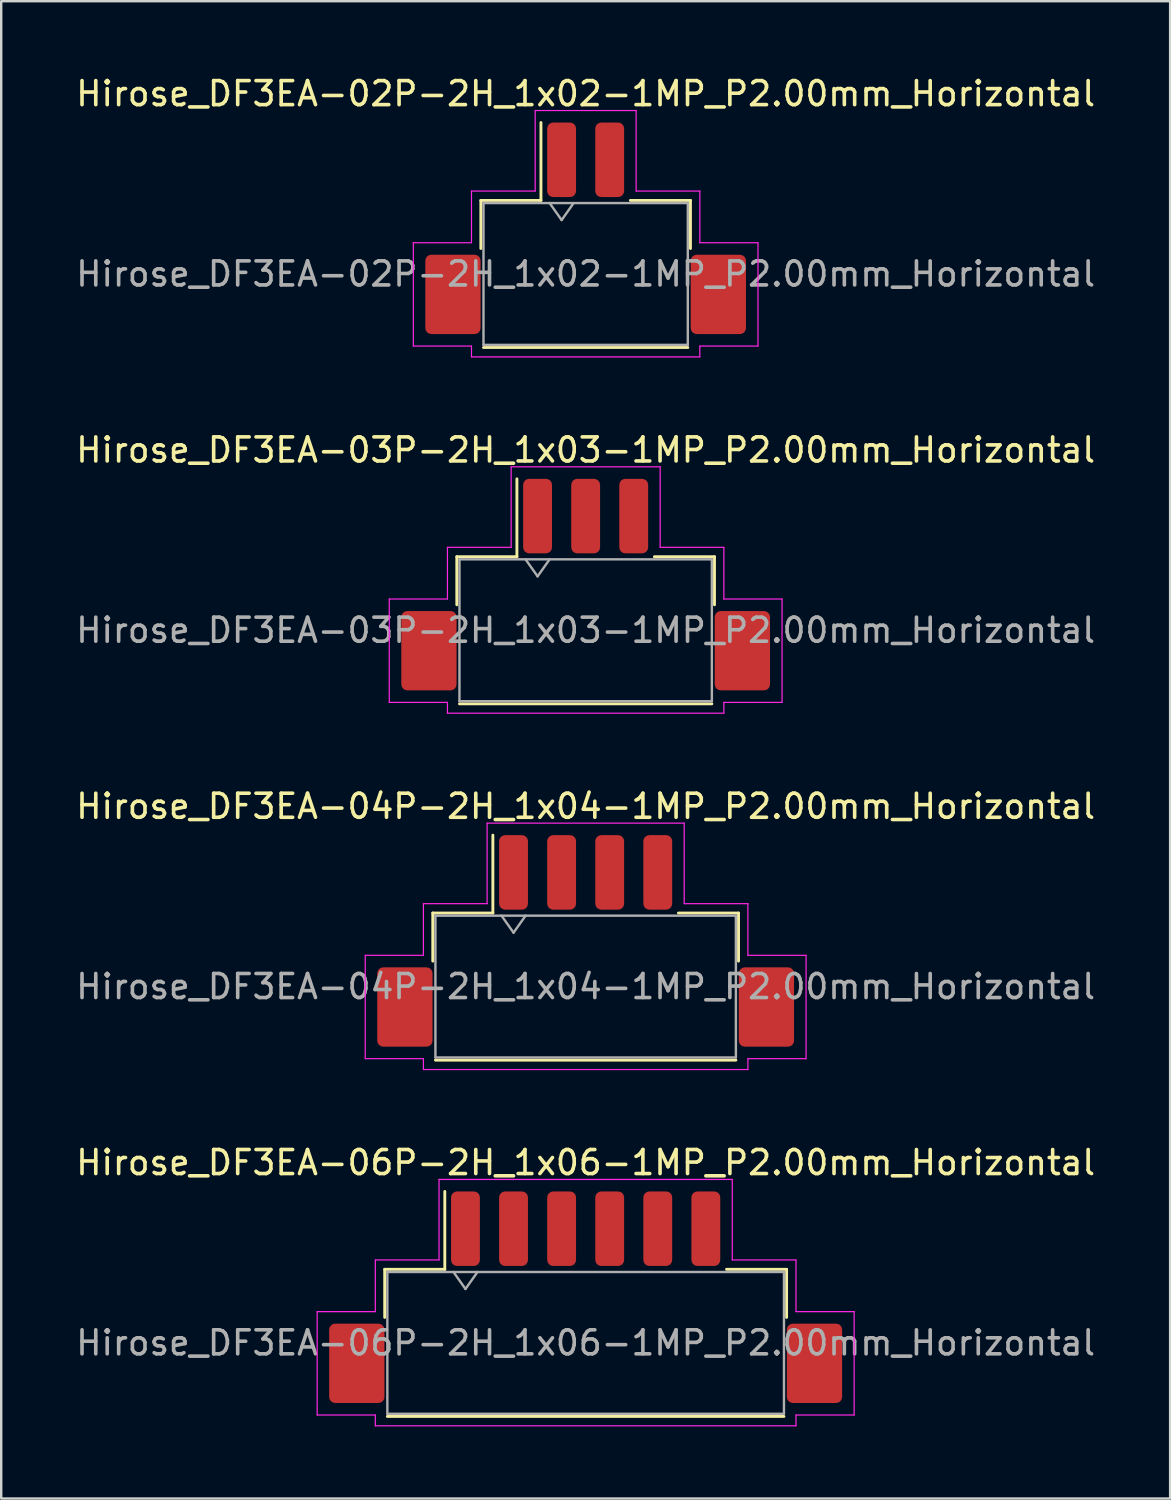
<source format=kicad_pcb>
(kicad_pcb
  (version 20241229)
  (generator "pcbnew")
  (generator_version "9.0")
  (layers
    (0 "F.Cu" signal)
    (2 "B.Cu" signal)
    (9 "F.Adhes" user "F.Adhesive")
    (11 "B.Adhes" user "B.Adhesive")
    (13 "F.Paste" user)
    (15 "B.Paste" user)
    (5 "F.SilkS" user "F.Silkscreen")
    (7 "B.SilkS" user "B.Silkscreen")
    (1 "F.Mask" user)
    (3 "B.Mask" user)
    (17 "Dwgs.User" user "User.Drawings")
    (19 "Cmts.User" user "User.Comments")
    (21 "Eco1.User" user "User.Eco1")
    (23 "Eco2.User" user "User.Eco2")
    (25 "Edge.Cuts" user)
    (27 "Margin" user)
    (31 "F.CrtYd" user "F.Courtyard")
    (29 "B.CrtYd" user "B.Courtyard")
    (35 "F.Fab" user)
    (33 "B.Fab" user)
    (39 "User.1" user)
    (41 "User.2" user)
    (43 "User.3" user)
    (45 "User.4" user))
  (footprint "Hirose_DF3EA-03P-2H_1x03-1MP_P2.00mm_Horizontal"
    (layer "F.Cu")
    (at 21.315 21.271)
    (property "Reference" "Hirose_DF3EA-03P-2H_1x03-1MP_P2.00mm_Horizontal" (at 0 -5.6 0) (layer "F.SilkS") (effects (font (size 1 1) (thickness 0.15))))
    (attr smd)
    (fp_line (start -5.36 -1.16) (end -2.86 -1.16) (stroke (width 0.12) (type solid)) (layer "F.SilkS"))
    (fp_line (start -5.36 0.84) (end -5.36 -1.16) (stroke (width 0.12) (type solid)) (layer "F.SilkS"))
    (fp_line (start -5.25 4.96) (end 5.25 4.96) (stroke (width 0.12) (type solid)) (layer "F.SilkS"))
    (fp_line (start -2.86 -1.16) (end -2.86 -4.4) (stroke (width 0.12) (type solid)) (layer "F.SilkS"))
    (fp_line (start 5.36 -1.16) (end 2.86 -1.16) (stroke (width 0.12) (type solid)) (layer "F.SilkS"))
    (fp_line (start 5.36 0.84) (end 5.36 -1.16) (stroke (width 0.12) (type solid)) (layer "F.SilkS"))
    (fp_line (start -8.17 0.6) (end -5.75 0.6) (stroke (width 0.05) (type solid)) (layer "F.CrtYd"))
    (fp_line (start -8.17 4.9) (end -8.17 0.6) (stroke (width 0.05) (type solid)) (layer "F.CrtYd"))
    (fp_line (start -5.75 -1.55) (end -3.1 -1.55) (stroke (width 0.05) (type solid)) (layer "F.CrtYd"))
    (fp_line (start -5.75 0.6) (end -5.75 -1.55) (stroke (width 0.05) (type solid)) (layer "F.CrtYd"))
    (fp_line (start -5.75 4.9) (end -8.17 4.9) (stroke (width 0.05) (type solid)) (layer "F.CrtYd"))
    (fp_line (start -5.75 5.35) (end -5.75 4.9) (stroke (width 0.05) (type solid)) (layer "F.CrtYd"))
    (fp_line (start -3.1 -4.9) (end 3.1 -4.9) (stroke (width 0.05) (type solid)) (layer "F.CrtYd"))
    (fp_line (start -3.1 -1.55) (end -3.1 -4.9) (stroke (width 0.05) (type solid)) (layer "F.CrtYd"))
    (fp_line (start 3.1 -4.9) (end 3.1 -1.55) (stroke (width 0.05) (type solid)) (layer "F.CrtYd"))
    (fp_line (start 3.1 -1.55) (end 5.75 -1.55) (stroke (width 0.05) (type solid)) (layer "F.CrtYd"))
    (fp_line (start 5.75 -1.55) (end 5.75 0.6) (stroke (width 0.05) (type solid)) (layer "F.CrtYd"))
    (fp_line (start 5.75 0.6) (end 8.17 0.6) (stroke (width 0.05) (type solid)) (layer "F.CrtYd"))
    (fp_line (start 5.75 4.9) (end 5.75 5.35) (stroke (width 0.05) (type solid)) (layer "F.CrtYd"))
    (fp_line (start 5.75 5.35) (end -5.75 5.35) (stroke (width 0.05) (type solid)) (layer "F.CrtYd"))
    (fp_line (start 8.17 0.6) (end 8.17 4.9) (stroke (width 0.05) (type solid)) (layer "F.CrtYd"))
    (fp_line (start 8.17 4.9) (end 5.75 4.9) (stroke (width 0.05) (type solid)) (layer "F.CrtYd"))
    (fp_line (start -5.25 -1.05) (end -5.25 4.85) (stroke (width 0.1) (type solid)) (layer "F.Fab"))
    (fp_line (start -5.25 -1.05) (end 5.25 -1.05) (stroke (width 0.1) (type solid)) (layer "F.Fab"))
    (fp_line (start -5.25 4.85) (end 5.25 4.85) (stroke (width 0.1) (type solid)) (layer "F.Fab"))
    (fp_line (start -2.5 -1.05) (end -2 -0.343) (stroke (width 0.1) (type solid)) (layer "F.Fab"))
    (fp_line (start -2 -0.343) (end -1.5 -1.05) (stroke (width 0.1) (type solid)) (layer "F.Fab"))
    (fp_line (start 5.25 -1.05) (end 5.25 4.85) (stroke (width 0.1) (type solid)) (layer "F.Fab"))
    (fp_text user "${REFERENCE}" (at 0 1.9 0) (layer "F.Fab") (effects (font (size 1 1) (thickness 0.15))))
    (pad "1" smd roundrect (at -2 -2.85) (size 1.2 3.1) (layers "F.Cu" "F.Mask" "F.Paste") (roundrect_rratio 0.208))
    (pad "2" smd roundrect (at 0 -2.85) (size 1.2 3.1) (layers "F.Cu" "F.Mask" "F.Paste") (roundrect_rratio 0.208))
    (pad "3" smd roundrect (at 2 -2.85) (size 1.2 3.1) (layers "F.Cu" "F.Mask" "F.Paste") (roundrect_rratio 0.208))
    (pad "MP" smd roundrect (at -6.52 2.75) (size 2.3 3.3) (layers "F.Cu" "F.Mask" "F.Paste") (roundrect_rratio 0.109))
    (pad "MP" smd roundrect (at 6.52 2.75) (size 2.3 3.3) (layers "F.Cu" "F.Mask" "F.Paste") (roundrect_rratio 0.109)))
  (footprint "Hirose_DF3EA-02P-2H_1x02-1MP_P2.00mm_Horizontal"
    (layer "F.Cu")
    (at 21.315 6.448)
    (property "Reference" "Hirose_DF3EA-02P-2H_1x02-1MP_P2.00mm_Horizontal" (at 0 -5.6 0) (layer "F.SilkS") (effects (font (size 1 1) (thickness 0.15))))
    (attr smd)
    (fp_line (start -4.36 -1.16) (end -1.86 -1.16) (stroke (width 0.12) (type solid)) (layer "F.SilkS"))
    (fp_line (start -4.36 0.84) (end -4.36 -1.16) (stroke (width 0.12) (type solid)) (layer "F.SilkS"))
    (fp_line (start -4.25 4.96) (end 4.25 4.96) (stroke (width 0.12) (type solid)) (layer "F.SilkS"))
    (fp_line (start -1.86 -1.16) (end -1.86 -4.4) (stroke (width 0.12) (type solid)) (layer "F.SilkS"))
    (fp_line (start 4.36 -1.16) (end 1.86 -1.16) (stroke (width 0.12) (type solid)) (layer "F.SilkS"))
    (fp_line (start 4.36 0.84) (end 4.36 -1.16) (stroke (width 0.12) (type solid)) (layer "F.SilkS"))
    (fp_line (start -7.17 0.6) (end -4.75 0.6) (stroke (width 0.05) (type solid)) (layer "F.CrtYd"))
    (fp_line (start -7.17 4.9) (end -7.17 0.6) (stroke (width 0.05) (type solid)) (layer "F.CrtYd"))
    (fp_line (start -4.75 -1.55) (end -2.1 -1.55) (stroke (width 0.05) (type solid)) (layer "F.CrtYd"))
    (fp_line (start -4.75 0.6) (end -4.75 -1.55) (stroke (width 0.05) (type solid)) (layer "F.CrtYd"))
    (fp_line (start -4.75 4.9) (end -7.17 4.9) (stroke (width 0.05) (type solid)) (layer "F.CrtYd"))
    (fp_line (start -4.75 5.35) (end -4.75 4.9) (stroke (width 0.05) (type solid)) (layer "F.CrtYd"))
    (fp_line (start -2.1 -4.9) (end 2.1 -4.9) (stroke (width 0.05) (type solid)) (layer "F.CrtYd"))
    (fp_line (start -2.1 -1.55) (end -2.1 -4.9) (stroke (width 0.05) (type solid)) (layer "F.CrtYd"))
    (fp_line (start 2.1 -4.9) (end 2.1 -1.55) (stroke (width 0.05) (type solid)) (layer "F.CrtYd"))
    (fp_line (start 2.1 -1.55) (end 4.75 -1.55) (stroke (width 0.05) (type solid)) (layer "F.CrtYd"))
    (fp_line (start 4.75 -1.55) (end 4.75 0.6) (stroke (width 0.05) (type solid)) (layer "F.CrtYd"))
    (fp_line (start 4.75 0.6) (end 7.17 0.6) (stroke (width 0.05) (type solid)) (layer "F.CrtYd"))
    (fp_line (start 4.75 4.9) (end 4.75 5.35) (stroke (width 0.05) (type solid)) (layer "F.CrtYd"))
    (fp_line (start 4.75 5.35) (end -4.75 5.35) (stroke (width 0.05) (type solid)) (layer "F.CrtYd"))
    (fp_line (start 7.17 0.6) (end 7.17 4.9) (stroke (width 0.05) (type solid)) (layer "F.CrtYd"))
    (fp_line (start 7.17 4.9) (end 4.75 4.9) (stroke (width 0.05) (type solid)) (layer "F.CrtYd"))
    (fp_line (start -4.25 -1.05) (end -4.25 4.85) (stroke (width 0.1) (type solid)) (layer "F.Fab"))
    (fp_line (start -4.25 -1.05) (end 4.25 -1.05) (stroke (width 0.1) (type solid)) (layer "F.Fab"))
    (fp_line (start -4.25 4.85) (end 4.25 4.85) (stroke (width 0.1) (type solid)) (layer "F.Fab"))
    (fp_line (start -1.5 -1.05) (end -1 -0.343) (stroke (width 0.1) (type solid)) (layer "F.Fab"))
    (fp_line (start -1 -0.343) (end -0.5 -1.05) (stroke (width 0.1) (type solid)) (layer "F.Fab"))
    (fp_line (start 4.25 -1.05) (end 4.25 4.85) (stroke (width 0.1) (type solid)) (layer "F.Fab"))
    (fp_text user "${REFERENCE}" (at 0 1.9 0) (layer "F.Fab") (effects (font (size 1 1) (thickness 0.15))))
    (pad "1" smd roundrect (at -1 -2.85) (size 1.2 3.1) (layers "F.Cu" "F.Mask" "F.Paste") (roundrect_rratio 0.208))
    (pad "2" smd roundrect (at 1 -2.85) (size 1.2 3.1) (layers "F.Cu" "F.Mask" "F.Paste") (roundrect_rratio 0.208))
    (pad "MP" smd roundrect (at -5.52 2.75) (size 2.3 3.3) (layers "F.Cu" "F.Mask" "F.Paste") (roundrect_rratio 0.109))
    (pad "MP" smd roundrect (at 5.52 2.75) (size 2.3 3.3) (layers "F.Cu" "F.Mask" "F.Paste") (roundrect_rratio 0.109)))
  (footprint "Hirose_DF3EA-04P-2H_1x04-1MP_P2.00mm_Horizontal"
    (layer "F.Cu")
    (at 21.315 36.095)
    (property "Reference" "Hirose_DF3EA-04P-2H_1x04-1MP_P2.00mm_Horizontal" (at 0 -5.6 0) (layer "F.SilkS") (effects (font (size 1 1) (thickness 0.15))))
    (attr smd)
    (fp_line (start -6.36 -1.16) (end -3.86 -1.16) (stroke (width 0.12) (type solid)) (layer "F.SilkS"))
    (fp_line (start -6.36 0.84) (end -6.36 -1.16) (stroke (width 0.12) (type solid)) (layer "F.SilkS"))
    (fp_line (start -6.25 4.96) (end 6.25 4.96) (stroke (width 0.12) (type solid)) (layer "F.SilkS"))
    (fp_line (start -3.86 -1.16) (end -3.86 -4.4) (stroke (width 0.12) (type solid)) (layer "F.SilkS"))
    (fp_line (start 6.36 -1.16) (end 3.86 -1.16) (stroke (width 0.12) (type solid)) (layer "F.SilkS"))
    (fp_line (start 6.36 0.84) (end 6.36 -1.16) (stroke (width 0.12) (type solid)) (layer "F.SilkS"))
    (fp_line (start -9.17 0.6) (end -6.75 0.6) (stroke (width 0.05) (type solid)) (layer "F.CrtYd"))
    (fp_line (start -9.17 4.9) (end -9.17 0.6) (stroke (width 0.05) (type solid)) (layer "F.CrtYd"))
    (fp_line (start -6.75 -1.55) (end -4.1 -1.55) (stroke (width 0.05) (type solid)) (layer "F.CrtYd"))
    (fp_line (start -6.75 0.6) (end -6.75 -1.55) (stroke (width 0.05) (type solid)) (layer "F.CrtYd"))
    (fp_line (start -6.75 4.9) (end -9.17 4.9) (stroke (width 0.05) (type solid)) (layer "F.CrtYd"))
    (fp_line (start -6.75 5.35) (end -6.75 4.9) (stroke (width 0.05) (type solid)) (layer "F.CrtYd"))
    (fp_line (start -4.1 -4.9) (end 4.1 -4.9) (stroke (width 0.05) (type solid)) (layer "F.CrtYd"))
    (fp_line (start -4.1 -1.55) (end -4.1 -4.9) (stroke (width 0.05) (type solid)) (layer "F.CrtYd"))
    (fp_line (start 4.1 -4.9) (end 4.1 -1.55) (stroke (width 0.05) (type solid)) (layer "F.CrtYd"))
    (fp_line (start 4.1 -1.55) (end 6.75 -1.55) (stroke (width 0.05) (type solid)) (layer "F.CrtYd"))
    (fp_line (start 6.75 -1.55) (end 6.75 0.6) (stroke (width 0.05) (type solid)) (layer "F.CrtYd"))
    (fp_line (start 6.75 0.6) (end 9.17 0.6) (stroke (width 0.05) (type solid)) (layer "F.CrtYd"))
    (fp_line (start 6.75 4.9) (end 6.75 5.35) (stroke (width 0.05) (type solid)) (layer "F.CrtYd"))
    (fp_line (start 6.75 5.35) (end -6.75 5.35) (stroke (width 0.05) (type solid)) (layer "F.CrtYd"))
    (fp_line (start 9.17 0.6) (end 9.17 4.9) (stroke (width 0.05) (type solid)) (layer "F.CrtYd"))
    (fp_line (start 9.17 4.9) (end 6.75 4.9) (stroke (width 0.05) (type solid)) (layer "F.CrtYd"))
    (fp_line (start -6.25 -1.05) (end -6.25 4.85) (stroke (width 0.1) (type solid)) (layer "F.Fab"))
    (fp_line (start -6.25 -1.05) (end 6.25 -1.05) (stroke (width 0.1) (type solid)) (layer "F.Fab"))
    (fp_line (start -6.25 4.85) (end 6.25 4.85) (stroke (width 0.1) (type solid)) (layer "F.Fab"))
    (fp_line (start -3.5 -1.05) (end -3 -0.343) (stroke (width 0.1) (type solid)) (layer "F.Fab"))
    (fp_line (start -3 -0.343) (end -2.5 -1.05) (stroke (width 0.1) (type solid)) (layer "F.Fab"))
    (fp_line (start 6.25 -1.05) (end 6.25 4.85) (stroke (width 0.1) (type solid)) (layer "F.Fab"))
    (fp_text user "${REFERENCE}" (at 0 1.9 0) (layer "F.Fab") (effects (font (size 1 1) (thickness 0.15))))
    (pad "1" smd roundrect (at -3 -2.85) (size 1.2 3.1) (layers "F.Cu" "F.Mask" "F.Paste") (roundrect_rratio 0.208))
    (pad "2" smd roundrect (at -1 -2.85) (size 1.2 3.1) (layers "F.Cu" "F.Mask" "F.Paste") (roundrect_rratio 0.208))
    (pad "3" smd roundrect (at 1 -2.85) (size 1.2 3.1) (layers "F.Cu" "F.Mask" "F.Paste") (roundrect_rratio 0.208))
    (pad "4" smd roundrect (at 3 -2.85) (size 1.2 3.1) (layers "F.Cu" "F.Mask" "F.Paste") (roundrect_rratio 0.208))
    (pad "MP" smd roundrect (at -7.52 2.75) (size 2.3 3.3) (layers "F.Cu" "F.Mask" "F.Paste") (roundrect_rratio 0.109))
    (pad "MP" smd roundrect (at 7.52 2.75) (size 2.3 3.3) (layers "F.Cu" "F.Mask" "F.Paste") (roundrect_rratio 0.109)))
  (footprint "Hirose_DF3EA-06P-2H_1x06-1MP_P2.00mm_Horizontal"
    (layer "F.Cu")
    (at 21.315 50.918)
    (property "Reference" "Hirose_DF3EA-06P-2H_1x06-1MP_P2.00mm_Horizontal" (at 0 -5.6 0) (layer "F.SilkS") (effects (font (size 1 1) (thickness 0.15))))
    (attr smd)
    (fp_line (start -8.36 -1.16) (end -5.86 -1.16) (stroke (width 0.12) (type solid)) (layer "F.SilkS"))
    (fp_line (start -8.36 0.84) (end -8.36 -1.16) (stroke (width 0.12) (type solid)) (layer "F.SilkS"))
    (fp_line (start -8.25 4.96) (end 8.25 4.96) (stroke (width 0.12) (type solid)) (layer "F.SilkS"))
    (fp_line (start -5.86 -1.16) (end -5.86 -4.4) (stroke (width 0.12) (type solid)) (layer "F.SilkS"))
    (fp_line (start 8.36 -1.16) (end 5.86 -1.16) (stroke (width 0.12) (type solid)) (layer "F.SilkS"))
    (fp_line (start 8.36 0.84) (end 8.36 -1.16) (stroke (width 0.12) (type solid)) (layer "F.SilkS"))
    (fp_line (start -11.17 0.6) (end -8.75 0.6) (stroke (width 0.05) (type solid)) (layer "F.CrtYd"))
    (fp_line (start -11.17 4.9) (end -11.17 0.6) (stroke (width 0.05) (type solid)) (layer "F.CrtYd"))
    (fp_line (start -8.75 -1.55) (end -6.1 -1.55) (stroke (width 0.05) (type solid)) (layer "F.CrtYd"))
    (fp_line (start -8.75 0.6) (end -8.75 -1.55) (stroke (width 0.05) (type solid)) (layer "F.CrtYd"))
    (fp_line (start -8.75 4.9) (end -11.17 4.9) (stroke (width 0.05) (type solid)) (layer "F.CrtYd"))
    (fp_line (start -8.75 5.35) (end -8.75 4.9) (stroke (width 0.05) (type solid)) (layer "F.CrtYd"))
    (fp_line (start -6.1 -4.9) (end 6.1 -4.9) (stroke (width 0.05) (type solid)) (layer "F.CrtYd"))
    (fp_line (start -6.1 -1.55) (end -6.1 -4.9) (stroke (width 0.05) (type solid)) (layer "F.CrtYd"))
    (fp_line (start 6.1 -4.9) (end 6.1 -1.55) (stroke (width 0.05) (type solid)) (layer "F.CrtYd"))
    (fp_line (start 6.1 -1.55) (end 8.75 -1.55) (stroke (width 0.05) (type solid)) (layer "F.CrtYd"))
    (fp_line (start 8.75 -1.55) (end 8.75 0.6) (stroke (width 0.05) (type solid)) (layer "F.CrtYd"))
    (fp_line (start 8.75 0.6) (end 11.17 0.6) (stroke (width 0.05) (type solid)) (layer "F.CrtYd"))
    (fp_line (start 8.75 4.9) (end 8.75 5.35) (stroke (width 0.05) (type solid)) (layer "F.CrtYd"))
    (fp_line (start 8.75 5.35) (end -8.75 5.35) (stroke (width 0.05) (type solid)) (layer "F.CrtYd"))
    (fp_line (start 11.17 0.6) (end 11.17 4.9) (stroke (width 0.05) (type solid)) (layer "F.CrtYd"))
    (fp_line (start 11.17 4.9) (end 8.75 4.9) (stroke (width 0.05) (type solid)) (layer "F.CrtYd"))
    (fp_line (start -8.25 -1.05) (end -8.25 4.85) (stroke (width 0.1) (type solid)) (layer "F.Fab"))
    (fp_line (start -8.25 -1.05) (end 8.25 -1.05) (stroke (width 0.1) (type solid)) (layer "F.Fab"))
    (fp_line (start -8.25 4.85) (end 8.25 4.85) (stroke (width 0.1) (type solid)) (layer "F.Fab"))
    (fp_line (start -5.5 -1.05) (end -5 -0.343) (stroke (width 0.1) (type solid)) (layer "F.Fab"))
    (fp_line (start -5 -0.343) (end -4.5 -1.05) (stroke (width 0.1) (type solid)) (layer "F.Fab"))
    (fp_line (start 8.25 -1.05) (end 8.25 4.85) (stroke (width 0.1) (type solid)) (layer "F.Fab"))
    (fp_text user "${REFERENCE}" (at 0 1.9 0) (layer "F.Fab") (effects (font (size 1 1) (thickness 0.15))))
    (pad "1" smd roundrect (at -5 -2.85) (size 1.2 3.1) (layers "F.Cu" "F.Mask" "F.Paste") (roundrect_rratio 0.208))
    (pad "2" smd roundrect (at -3 -2.85) (size 1.2 3.1) (layers "F.Cu" "F.Mask" "F.Paste") (roundrect_rratio 0.208))
    (pad "3" smd roundrect (at -1 -2.85) (size 1.2 3.1) (layers "F.Cu" "F.Mask" "F.Paste") (roundrect_rratio 0.208))
    (pad "4" smd roundrect (at 1 -2.85) (size 1.2 3.1) (layers "F.Cu" "F.Mask" "F.Paste") (roundrect_rratio 0.208))
    (pad "5" smd roundrect (at 3 -2.85) (size 1.2 3.1) (layers "F.Cu" "F.Mask" "F.Paste") (roundrect_rratio 0.208))
    (pad "6" smd roundrect (at 5 -2.85) (size 1.2 3.1) (layers "F.Cu" "F.Mask" "F.Paste") (roundrect_rratio 0.208))
    (pad "MP" smd roundrect (at -9.52 2.75) (size 2.3 3.3) (layers "F.Cu" "F.Mask" "F.Paste") (roundrect_rratio 0.109))
    (pad "MP" smd roundrect (at 9.52 2.75) (size 2.3 3.3) (layers "F.Cu" "F.Mask" "F.Paste") (roundrect_rratio 0.109)))
  (gr_rect
    (start -3 -3)
    (end 45.631 59.293)
    (stroke (width 0.1) (type default))
    (fill no)
    (layer "Edge.Cuts")))
</source>
